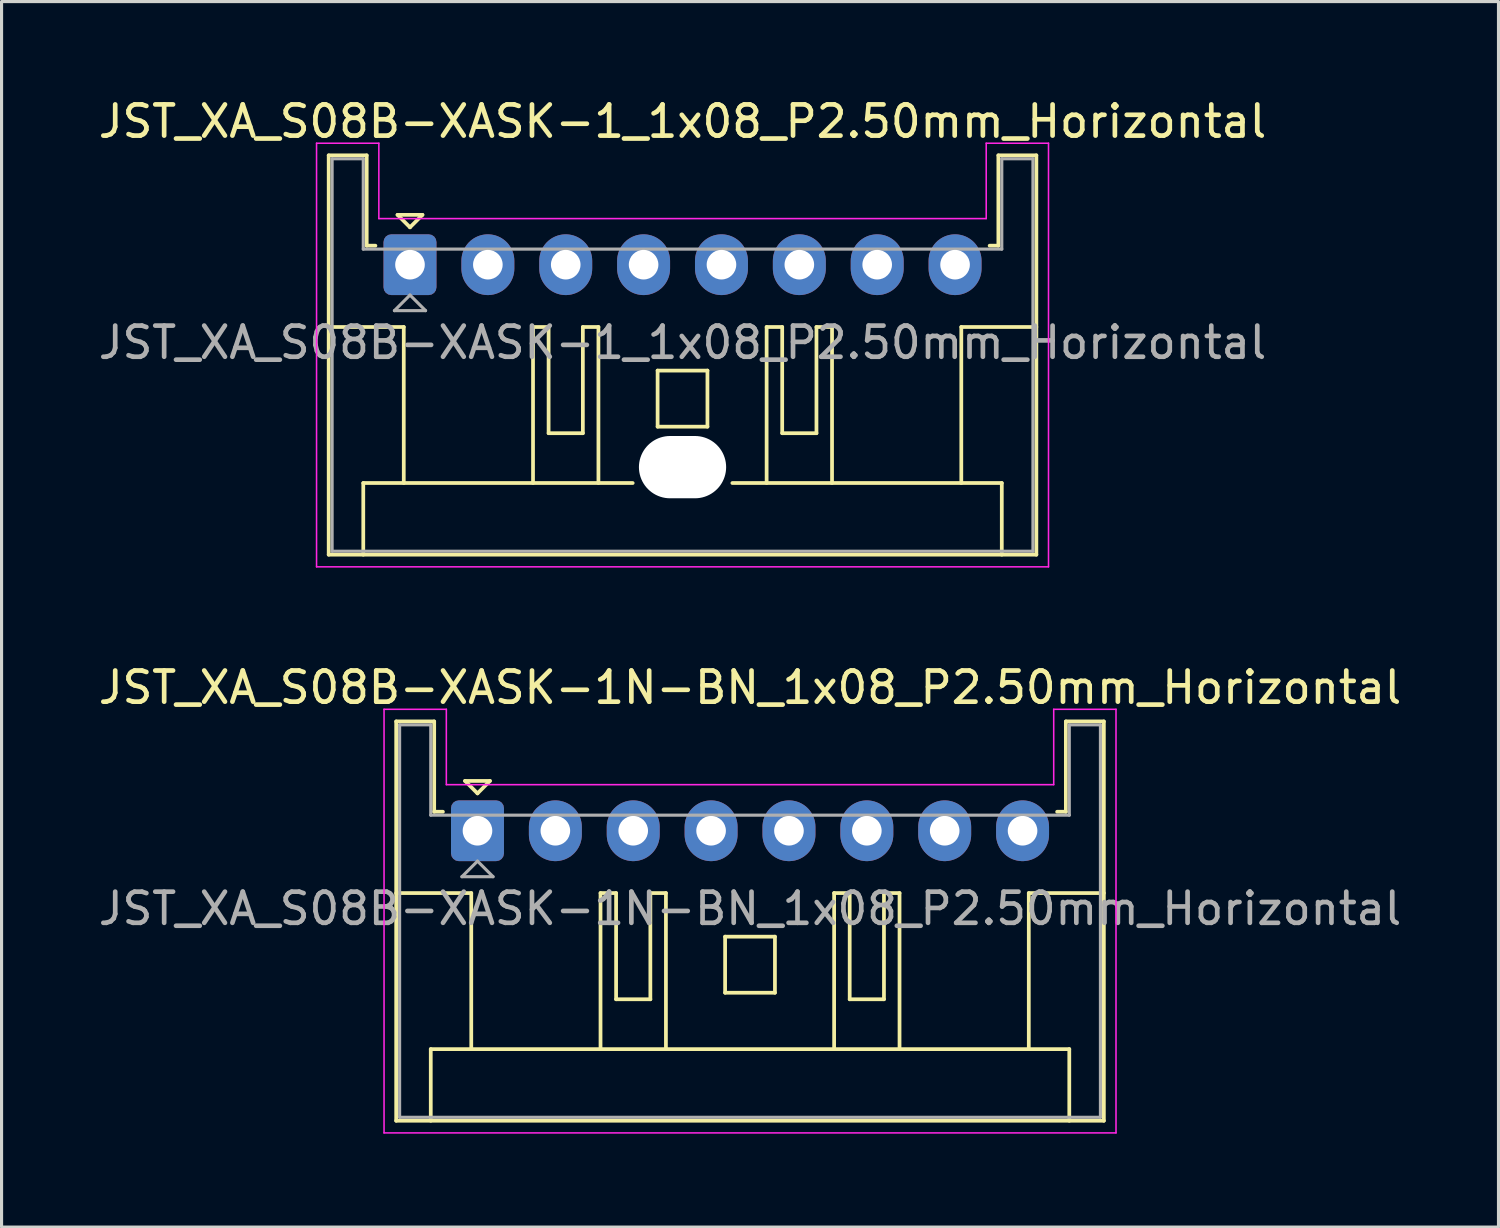
<source format=kicad_pcb>
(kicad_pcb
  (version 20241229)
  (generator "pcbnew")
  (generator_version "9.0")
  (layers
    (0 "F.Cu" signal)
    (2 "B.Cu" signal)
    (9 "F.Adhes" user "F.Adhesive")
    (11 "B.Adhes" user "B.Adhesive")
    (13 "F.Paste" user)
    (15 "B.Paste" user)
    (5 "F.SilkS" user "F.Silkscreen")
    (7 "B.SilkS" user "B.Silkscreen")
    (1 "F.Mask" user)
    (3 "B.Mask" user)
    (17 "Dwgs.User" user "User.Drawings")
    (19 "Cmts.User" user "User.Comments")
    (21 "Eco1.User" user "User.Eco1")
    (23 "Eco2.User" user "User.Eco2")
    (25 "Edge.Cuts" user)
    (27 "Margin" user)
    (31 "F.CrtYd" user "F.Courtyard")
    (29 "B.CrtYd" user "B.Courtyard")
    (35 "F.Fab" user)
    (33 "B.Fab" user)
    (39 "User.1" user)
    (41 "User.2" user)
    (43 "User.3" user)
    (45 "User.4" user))
  (footprint "JST_XA_S08B-XASK-1N-BN_1x08_P2.50mm_Horizontal"
    (layer "F.Cu")
    (at 12.28 23.622)
    (property "Reference" "JST_XA_S08B-XASK-1N-BN_1x08_P2.50mm_Horizontal" (at 8.75 -4.6 0) (layer "F.SilkS") (effects (font (size 1 1) (thickness 0.15))))
    (attr through_hole)
    (fp_line (start -2.61 -3.51) (end -2.61 9.31) (stroke (width 0.12) (type solid)) (layer "F.SilkS"))
    (fp_line (start -2.61 9.31) (end 20.11 9.31) (stroke (width 0.12) (type solid)) (layer "F.SilkS"))
    (fp_line (start -1.5 7.01) (end 19 7.01) (stroke (width 0.12) (type solid)) (layer "F.SilkS"))
    (fp_line (start -1.5 9.31) (end -1.5 7.01) (stroke (width 0.12) (type solid)) (layer "F.SilkS"))
    (fp_line (start -1.39 -3.51) (end -2.61 -3.51) (stroke (width 0.12) (type solid)) (layer "F.SilkS"))
    (fp_line (start -1.39 -0.61) (end -1.39 -3.51) (stroke (width 0.12) (type solid)) (layer "F.SilkS"))
    (fp_line (start -1.11 -0.61) (end -1.39 -0.61) (stroke (width 0.12) (type solid)) (layer "F.SilkS"))
    (fp_line (start -0.4 -1.6) (end 0.4 -1.6) (stroke (width 0.12) (type solid)) (layer "F.SilkS"))
    (fp_line (start -0.2 2) (end -2.61 2) (stroke (width 0.12) (type solid)) (layer "F.SilkS"))
    (fp_line (start -0.2 7.01) (end -0.2 2) (stroke (width 0.12) (type solid)) (layer "F.SilkS"))
    (fp_line (start 0 -1.2) (end -0.4 -1.6) (stroke (width 0.12) (type solid)) (layer "F.SilkS"))
    (fp_line (start 0.4 -1.6) (end 0 -1.2) (stroke (width 0.12) (type solid)) (layer "F.SilkS"))
    (fp_line (start 3.95 2) (end 3.95 7.01) (stroke (width 0.12) (type solid)) (layer "F.SilkS"))
    (fp_line (start 4.45 2) (end 3.95 2) (stroke (width 0.12) (type solid)) (layer "F.SilkS"))
    (fp_line (start 4.45 5.41) (end 4.45 2) (stroke (width 0.12) (type solid)) (layer "F.SilkS"))
    (fp_line (start 5.55 2) (end 5.55 5.41) (stroke (width 0.12) (type solid)) (layer "F.SilkS"))
    (fp_line (start 5.55 5.41) (end 4.45 5.41) (stroke (width 0.12) (type solid)) (layer "F.SilkS"))
    (fp_line (start 6.05 2) (end 5.55 2) (stroke (width 0.12) (type solid)) (layer "F.SilkS"))
    (fp_line (start 6.05 7.01) (end 6.05 2) (stroke (width 0.12) (type solid)) (layer "F.SilkS"))
    (fp_line (start 7.95 3.4) (end 9.55 3.4) (stroke (width 0.12) (type solid)) (layer "F.SilkS"))
    (fp_line (start 7.95 5.2) (end 7.95 3.4) (stroke (width 0.12) (type solid)) (layer "F.SilkS"))
    (fp_line (start 9.55 3.4) (end 9.55 5.2) (stroke (width 0.12) (type solid)) (layer "F.SilkS"))
    (fp_line (start 9.55 5.2) (end 7.95 5.2) (stroke (width 0.12) (type solid)) (layer "F.SilkS"))
    (fp_line (start 11.45 2) (end 11.95 2) (stroke (width 0.12) (type solid)) (layer "F.SilkS"))
    (fp_line (start 11.45 7.01) (end 11.45 2) (stroke (width 0.12) (type solid)) (layer "F.SilkS"))
    (fp_line (start 11.95 2) (end 11.95 5.41) (stroke (width 0.12) (type solid)) (layer "F.SilkS"))
    (fp_line (start 11.95 5.41) (end 13.05 5.41) (stroke (width 0.12) (type solid)) (layer "F.SilkS"))
    (fp_line (start 13.05 2) (end 13.55 2) (stroke (width 0.12) (type solid)) (layer "F.SilkS"))
    (fp_line (start 13.05 5.41) (end 13.05 2) (stroke (width 0.12) (type solid)) (layer "F.SilkS"))
    (fp_line (start 13.55 2) (end 13.55 7.01) (stroke (width 0.12) (type solid)) (layer "F.SilkS"))
    (fp_line (start 17.7 2) (end 20.11 2) (stroke (width 0.12) (type solid)) (layer "F.SilkS"))
    (fp_line (start 17.7 7.01) (end 17.7 2) (stroke (width 0.12) (type solid)) (layer "F.SilkS"))
    (fp_line (start 18.89 -3.51) (end 18.89 -0.61) (stroke (width 0.12) (type solid)) (layer "F.SilkS"))
    (fp_line (start 18.89 -0.61) (end 18.61 -0.61) (stroke (width 0.12) (type solid)) (layer "F.SilkS"))
    (fp_line (start 19 7.01) (end 19 9.31) (stroke (width 0.12) (type solid)) (layer "F.SilkS"))
    (fp_line (start 20.11 -3.51) (end 18.89 -3.51) (stroke (width 0.12) (type solid)) (layer "F.SilkS"))
    (fp_line (start 20.11 9.31) (end 20.11 -3.51) (stroke (width 0.12) (type solid)) (layer "F.SilkS"))
    (fp_line (start -3 -3.9) (end -1 -3.9) (stroke (width 0.05) (type solid)) (layer "F.CrtYd"))
    (fp_line (start -3 9.7) (end -3 -3.9) (stroke (width 0.05) (type solid)) (layer "F.CrtYd"))
    (fp_line (start -1 -3.9) (end -1 -1.48) (stroke (width 0.05) (type solid)) (layer "F.CrtYd"))
    (fp_line (start -1 -1.48) (end 18.5 -1.48) (stroke (width 0.05) (type solid)) (layer "F.CrtYd"))
    (fp_line (start 18.5 -3.9) (end 20.5 -3.9) (stroke (width 0.05) (type solid)) (layer "F.CrtYd"))
    (fp_line (start 18.5 -1.48) (end 18.5 -3.9) (stroke (width 0.05) (type solid)) (layer "F.CrtYd"))
    (fp_line (start 20.5 -3.9) (end 20.5 9.7) (stroke (width 0.05) (type solid)) (layer "F.CrtYd"))
    (fp_line (start 20.5 9.7) (end -3 9.7) (stroke (width 0.05) (type solid)) (layer "F.CrtYd"))
    (fp_line (start -2.5 -3.4) (end -2.5 9.2) (stroke (width 0.1) (type solid)) (layer "F.Fab"))
    (fp_line (start -2.5 9.2) (end 20 9.2) (stroke (width 0.1) (type solid)) (layer "F.Fab"))
    (fp_line (start -1.5 -3.4) (end -2.5 -3.4) (stroke (width 0.1) (type solid)) (layer "F.Fab"))
    (fp_line (start -1.5 -0.5) (end -1.5 -3.4) (stroke (width 0.1) (type solid)) (layer "F.Fab"))
    (fp_line (start -0.5 1.475) (end 0.5 1.475) (stroke (width 0.1) (type solid)) (layer "F.Fab"))
    (fp_line (start 0 0.975) (end -0.5 1.475) (stroke (width 0.1) (type solid)) (layer "F.Fab"))
    (fp_line (start 0.5 1.475) (end 0 0.975) (stroke (width 0.1) (type solid)) (layer "F.Fab"))
    (fp_line (start 19 -3.4) (end 19 -0.5) (stroke (width 0.1) (type solid)) (layer "F.Fab"))
    (fp_line (start 19 -0.5) (end -1.5 -0.5) (stroke (width 0.1) (type solid)) (layer "F.Fab"))
    (fp_line (start 20 -3.4) (end 19 -3.4) (stroke (width 0.1) (type solid)) (layer "F.Fab"))
    (fp_line (start 20 9.2) (end 20 -3.4) (stroke (width 0.1) (type solid)) (layer "F.Fab"))
    (fp_text user "${REFERENCE}" (at 8.75 2.5 0) (layer "F.Fab") (effects (font (size 1 1) (thickness 0.15))))
    (pad "1" thru_hole roundrect (at 0 0) (size 1.7 1.95) (drill 0.95) (layers "*.Cu" "*.Mask") (roundrect_rratio 0.147))
    (pad "2" thru_hole oval (at 2.5 0) (size 1.7 1.95) (drill 0.95) (layers "*.Cu" "*.Mask"))
    (pad "3" thru_hole oval (at 5 0) (size 1.7 1.95) (drill 0.95) (layers "*.Cu" "*.Mask"))
    (pad "4" thru_hole oval (at 7.5 0) (size 1.7 1.95) (drill 0.95) (layers "*.Cu" "*.Mask"))
    (pad "5" thru_hole oval (at 10 0) (size 1.7 1.95) (drill 0.95) (layers "*.Cu" "*.Mask"))
    (pad "6" thru_hole oval (at 12.5 0) (size 1.7 1.95) (drill 0.95) (layers "*.Cu" "*.Mask"))
    (pad "7" thru_hole oval (at 15 0) (size 1.7 1.95) (drill 0.95) (layers "*.Cu" "*.Mask"))
    (pad "8" thru_hole oval (at 17.5 0) (size 1.7 1.95) (drill 0.95) (layers "*.Cu" "*.Mask")))
  (footprint "JST_XA_S08B-XASK-1_1x08_P2.50mm_Horizontal"
    (layer "F.Cu")
    (at 10.113 5.448)
    (property "Reference" "JST_XA_S08B-XASK-1_1x08_P2.50mm_Horizontal" (at 8.75 -4.6 0) (layer "F.SilkS") (effects (font (size 1 1) (thickness 0.15))))
    (attr through_hole)
    (fp_line (start -2.61 -3.51) (end -2.61 9.31) (stroke (width 0.12) (type solid)) (layer "F.SilkS"))
    (fp_line (start -2.61 9.31) (end 20.11 9.31) (stroke (width 0.12) (type solid)) (layer "F.SilkS"))
    (fp_line (start -1.5 7.01) (end 7.15 7.01) (stroke (width 0.12) (type solid)) (layer "F.SilkS"))
    (fp_line (start -1.5 9.31) (end -1.5 7.01) (stroke (width 0.12) (type solid)) (layer "F.SilkS"))
    (fp_line (start -1.39 -3.51) (end -2.61 -3.51) (stroke (width 0.12) (type solid)) (layer "F.SilkS"))
    (fp_line (start -1.39 -0.61) (end -1.39 -3.51) (stroke (width 0.12) (type solid)) (layer "F.SilkS"))
    (fp_line (start -1.11 -0.61) (end -1.39 -0.61) (stroke (width 0.12) (type solid)) (layer "F.SilkS"))
    (fp_line (start -0.4 -1.6) (end 0.4 -1.6) (stroke (width 0.12) (type solid)) (layer "F.SilkS"))
    (fp_line (start -0.2 2) (end -2.61 2) (stroke (width 0.12) (type solid)) (layer "F.SilkS"))
    (fp_line (start -0.2 7.01) (end -0.2 2) (stroke (width 0.12) (type solid)) (layer "F.SilkS"))
    (fp_line (start 0 -1.2) (end -0.4 -1.6) (stroke (width 0.12) (type solid)) (layer "F.SilkS"))
    (fp_line (start 0.4 -1.6) (end 0 -1.2) (stroke (width 0.12) (type solid)) (layer "F.SilkS"))
    (fp_line (start 3.95 2) (end 3.95 7.01) (stroke (width 0.12) (type solid)) (layer "F.SilkS"))
    (fp_line (start 4.45 2) (end 3.95 2) (stroke (width 0.12) (type solid)) (layer "F.SilkS"))
    (fp_line (start 4.45 5.41) (end 4.45 2) (stroke (width 0.12) (type solid)) (layer "F.SilkS"))
    (fp_line (start 5.55 2) (end 5.55 5.41) (stroke (width 0.12) (type solid)) (layer "F.SilkS"))
    (fp_line (start 5.55 5.41) (end 4.45 5.41) (stroke (width 0.12) (type solid)) (layer "F.SilkS"))
    (fp_line (start 6.05 2) (end 5.55 2) (stroke (width 0.12) (type solid)) (layer "F.SilkS"))
    (fp_line (start 6.05 7.01) (end 6.05 2) (stroke (width 0.12) (type solid)) (layer "F.SilkS"))
    (fp_line (start 7.95 3.4) (end 9.55 3.4) (stroke (width 0.12) (type solid)) (layer "F.SilkS"))
    (fp_line (start 7.95 5.2) (end 7.95 3.4) (stroke (width 0.12) (type solid)) (layer "F.SilkS"))
    (fp_line (start 9.55 3.4) (end 9.55 5.2) (stroke (width 0.12) (type solid)) (layer "F.SilkS"))
    (fp_line (start 9.55 5.2) (end 7.95 5.2) (stroke (width 0.12) (type solid)) (layer "F.SilkS"))
    (fp_line (start 10.35 7.01) (end 19 7.01) (stroke (width 0.12) (type solid)) (layer "F.SilkS"))
    (fp_line (start 11.45 2) (end 11.95 2) (stroke (width 0.12) (type solid)) (layer "F.SilkS"))
    (fp_line (start 11.45 7.01) (end 11.45 2) (stroke (width 0.12) (type solid)) (layer "F.SilkS"))
    (fp_line (start 11.95 2) (end 11.95 5.41) (stroke (width 0.12) (type solid)) (layer "F.SilkS"))
    (fp_line (start 11.95 5.41) (end 13.05 5.41) (stroke (width 0.12) (type solid)) (layer "F.SilkS"))
    (fp_line (start 13.05 2) (end 13.55 2) (stroke (width 0.12) (type solid)) (layer "F.SilkS"))
    (fp_line (start 13.05 5.41) (end 13.05 2) (stroke (width 0.12) (type solid)) (layer "F.SilkS"))
    (fp_line (start 13.55 2) (end 13.55 7.01) (stroke (width 0.12) (type solid)) (layer "F.SilkS"))
    (fp_line (start 17.7 2) (end 20.11 2) (stroke (width 0.12) (type solid)) (layer "F.SilkS"))
    (fp_line (start 17.7 7.01) (end 17.7 2) (stroke (width 0.12) (type solid)) (layer "F.SilkS"))
    (fp_line (start 18.89 -3.51) (end 18.89 -0.61) (stroke (width 0.12) (type solid)) (layer "F.SilkS"))
    (fp_line (start 18.89 -0.61) (end 18.61 -0.61) (stroke (width 0.12) (type solid)) (layer "F.SilkS"))
    (fp_line (start 19 7.01) (end 19 9.31) (stroke (width 0.12) (type solid)) (layer "F.SilkS"))
    (fp_line (start 20.11 -3.51) (end 18.89 -3.51) (stroke (width 0.12) (type solid)) (layer "F.SilkS"))
    (fp_line (start 20.11 9.31) (end 20.11 -3.51) (stroke (width 0.12) (type solid)) (layer "F.SilkS"))
    (fp_line (start -3 -3.9) (end -1 -3.9) (stroke (width 0.05) (type solid)) (layer "F.CrtYd"))
    (fp_line (start -3 9.7) (end -3 -3.9) (stroke (width 0.05) (type solid)) (layer "F.CrtYd"))
    (fp_line (start -1 -3.9) (end -1 -1.48) (stroke (width 0.05) (type solid)) (layer "F.CrtYd"))
    (fp_line (start -1 -1.48) (end 18.5 -1.48) (stroke (width 0.05) (type solid)) (layer "F.CrtYd"))
    (fp_line (start 18.5 -3.9) (end 20.5 -3.9) (stroke (width 0.05) (type solid)) (layer "F.CrtYd"))
    (fp_line (start 18.5 -1.48) (end 18.5 -3.9) (stroke (width 0.05) (type solid)) (layer "F.CrtYd"))
    (fp_line (start 20.5 -3.9) (end 20.5 9.7) (stroke (width 0.05) (type solid)) (layer "F.CrtYd"))
    (fp_line (start 20.5 9.7) (end -3 9.7) (stroke (width 0.05) (type solid)) (layer "F.CrtYd"))
    (fp_line (start -2.5 -3.4) (end -2.5 9.2) (stroke (width 0.1) (type solid)) (layer "F.Fab"))
    (fp_line (start -2.5 9.2) (end 20 9.2) (stroke (width 0.1) (type solid)) (layer "F.Fab"))
    (fp_line (start -1.5 -3.4) (end -2.5 -3.4) (stroke (width 0.1) (type solid)) (layer "F.Fab"))
    (fp_line (start -1.5 -0.5) (end -1.5 -3.4) (stroke (width 0.1) (type solid)) (layer "F.Fab"))
    (fp_line (start -0.5 1.475) (end 0.5 1.475) (stroke (width 0.1) (type solid)) (layer "F.Fab"))
    (fp_line (start 0 0.975) (end -0.5 1.475) (stroke (width 0.1) (type solid)) (layer "F.Fab"))
    (fp_line (start 0.5 1.475) (end 0 0.975) (stroke (width 0.1) (type solid)) (layer "F.Fab"))
    (fp_line (start 19 -3.4) (end 19 -0.5) (stroke (width 0.1) (type solid)) (layer "F.Fab"))
    (fp_line (start 19 -0.5) (end -1.5 -0.5) (stroke (width 0.1) (type solid)) (layer "F.Fab"))
    (fp_line (start 20 -3.4) (end 19 -3.4) (stroke (width 0.1) (type solid)) (layer "F.Fab"))
    (fp_line (start 20 9.2) (end 20 -3.4) (stroke (width 0.1) (type solid)) (layer "F.Fab"))
    (fp_text user "${REFERENCE}" (at 8.75 2.5 0) (layer "F.Fab") (effects (font (size 1 1) (thickness 0.15))))
    (pad "" np_thru_hole oval (at 8.75 6.5) (size 2.8 2) (drill oval 2.8 2) (layers "*.Cu" "*.Mask"))
    (pad "1" thru_hole roundrect (at 0 0) (size 1.7 1.95) (drill 0.95) (layers "*.Cu" "*.Mask") (roundrect_rratio 0.147))
    (pad "2" thru_hole oval (at 2.5 0) (size 1.7 1.95) (drill 0.95) (layers "*.Cu" "*.Mask"))
    (pad "3" thru_hole oval (at 5 0) (size 1.7 1.95) (drill 0.95) (layers "*.Cu" "*.Mask"))
    (pad "4" thru_hole oval (at 7.5 0) (size 1.7 1.95) (drill 0.95) (layers "*.Cu" "*.Mask"))
    (pad "5" thru_hole oval (at 10 0) (size 1.7 1.95) (drill 0.95) (layers "*.Cu" "*.Mask"))
    (pad "6" thru_hole oval (at 12.5 0) (size 1.7 1.95) (drill 0.95) (layers "*.Cu" "*.Mask"))
    (pad "7" thru_hole oval (at 15 0) (size 1.7 1.95) (drill 0.95) (layers "*.Cu" "*.Mask"))
    (pad "8" thru_hole oval (at 17.5 0) (size 1.7 1.95) (drill 0.95) (layers "*.Cu" "*.Mask")))
  (gr_rect
    (start -3 -3)
    (end 45.06 36.346)
    (stroke (width 0.1) (type default))
    (fill no)
    (layer "Edge.Cuts")))
</source>
